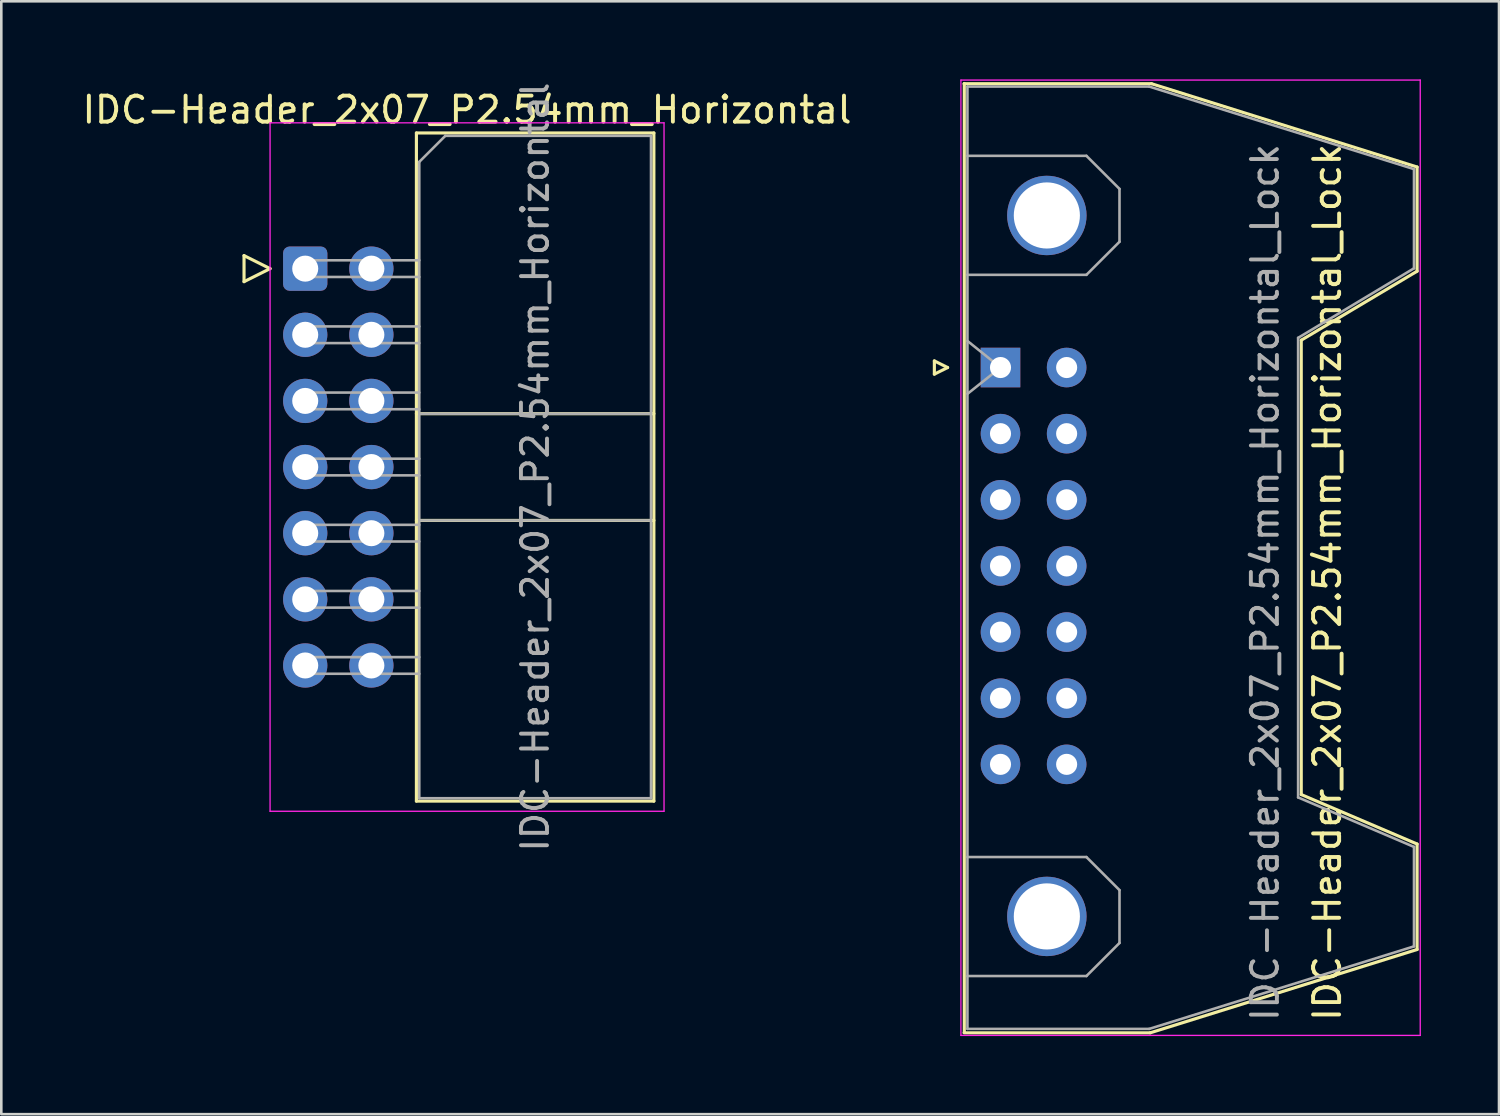
<source format=kicad_pcb>
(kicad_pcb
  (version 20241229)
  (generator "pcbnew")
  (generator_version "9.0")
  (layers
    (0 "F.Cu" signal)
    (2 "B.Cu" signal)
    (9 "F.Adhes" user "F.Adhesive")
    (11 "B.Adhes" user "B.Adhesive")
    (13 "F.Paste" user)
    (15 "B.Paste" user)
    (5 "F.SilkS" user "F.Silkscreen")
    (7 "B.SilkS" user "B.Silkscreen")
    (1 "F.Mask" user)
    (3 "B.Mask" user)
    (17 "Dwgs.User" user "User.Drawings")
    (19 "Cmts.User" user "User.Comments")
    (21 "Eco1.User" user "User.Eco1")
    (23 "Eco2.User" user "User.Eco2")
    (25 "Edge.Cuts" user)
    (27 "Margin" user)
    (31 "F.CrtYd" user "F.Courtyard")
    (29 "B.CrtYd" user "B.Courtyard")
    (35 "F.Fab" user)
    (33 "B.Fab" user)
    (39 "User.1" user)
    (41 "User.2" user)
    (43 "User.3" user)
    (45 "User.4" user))
  (footprint "IDC-Header_2x07_P2.54mm_Horizontal"
    (layer "F.Cu")
    (at 8.672 7.267)
    (property "Reference" "IDC-Header_2x07_P2.54mm_Horizontal" (at 6.215 -6.1 0) (layer "F.SilkS") (effects (font (size 1 1) (thickness 0.15))))
    (attr through_hole)
    (fp_line (start -2.35 -0.5) (end -2.35 0.5) (stroke (width 0.12) (type solid)) (layer "F.SilkS"))
    (fp_line (start -2.35 0.5) (end -1.35 0) (stroke (width 0.12) (type solid)) (layer "F.SilkS"))
    (fp_line (start -1.35 0) (end -2.35 -0.5) (stroke (width 0.12) (type solid)) (layer "F.SilkS"))
    (fp_line (start 4.27 -5.21) (end 13.39 -5.21) (stroke (width 0.12) (type solid)) (layer "F.SilkS"))
    (fp_line (start 4.27 5.57) (end 13.39 5.57) (stroke (width 0.12) (type solid)) (layer "F.SilkS"))
    (fp_line (start 4.27 9.67) (end 13.39 9.67) (stroke (width 0.12) (type solid)) (layer "F.SilkS"))
    (fp_line (start 4.27 20.45) (end 4.27 -5.21) (stroke (width 0.12) (type solid)) (layer "F.SilkS"))
    (fp_line (start 13.39 -5.21) (end 13.39 20.45) (stroke (width 0.12) (type solid)) (layer "F.SilkS"))
    (fp_line (start 13.39 20.45) (end 4.27 20.45) (stroke (width 0.12) (type solid)) (layer "F.SilkS"))
    (fp_line (start -1.35 -5.6) (end -1.35 20.84) (stroke (width 0.05) (type solid)) (layer "F.CrtYd"))
    (fp_line (start -1.35 20.84) (end 13.78 20.84) (stroke (width 0.05) (type solid)) (layer "F.CrtYd"))
    (fp_line (start 13.78 -5.6) (end -1.35 -5.6) (stroke (width 0.05) (type solid)) (layer "F.CrtYd"))
    (fp_line (start 13.78 20.84) (end 13.78 -5.6) (stroke (width 0.05) (type solid)) (layer "F.CrtYd"))
    (fp_line (start -0.32 -0.32) (end -0.32 0.32) (stroke (width 0.1) (type solid)) (layer "F.Fab"))
    (fp_line (start -0.32 0.32) (end 4.38 0.32) (stroke (width 0.1) (type solid)) (layer "F.Fab"))
    (fp_line (start -0.32 2.22) (end -0.32 2.86) (stroke (width 0.1) (type solid)) (layer "F.Fab"))
    (fp_line (start -0.32 2.86) (end 4.38 2.86) (stroke (width 0.1) (type solid)) (layer "F.Fab"))
    (fp_line (start -0.32 4.76) (end -0.32 5.4) (stroke (width 0.1) (type solid)) (layer "F.Fab"))
    (fp_line (start -0.32 5.4) (end 4.38 5.4) (stroke (width 0.1) (type solid)) (layer "F.Fab"))
    (fp_line (start -0.32 7.3) (end -0.32 7.94) (stroke (width 0.1) (type solid)) (layer "F.Fab"))
    (fp_line (start -0.32 7.94) (end 4.38 7.94) (stroke (width 0.1) (type solid)) (layer "F.Fab"))
    (fp_line (start -0.32 9.84) (end -0.32 10.48) (stroke (width 0.1) (type solid)) (layer "F.Fab"))
    (fp_line (start -0.32 10.48) (end 4.38 10.48) (stroke (width 0.1) (type solid)) (layer "F.Fab"))
    (fp_line (start -0.32 12.38) (end -0.32 13.02) (stroke (width 0.1) (type solid)) (layer "F.Fab"))
    (fp_line (start -0.32 13.02) (end 4.38 13.02) (stroke (width 0.1) (type solid)) (layer "F.Fab"))
    (fp_line (start -0.32 14.92) (end -0.32 15.56) (stroke (width 0.1) (type solid)) (layer "F.Fab"))
    (fp_line (start -0.32 15.56) (end 4.38 15.56) (stroke (width 0.1) (type solid)) (layer "F.Fab"))
    (fp_line (start 4.38 -4.1) (end 5.38 -5.1) (stroke (width 0.1) (type solid)) (layer "F.Fab"))
    (fp_line (start 4.38 -0.32) (end -0.32 -0.32) (stroke (width 0.1) (type solid)) (layer "F.Fab"))
    (fp_line (start 4.38 2.22) (end -0.32 2.22) (stroke (width 0.1) (type solid)) (layer "F.Fab"))
    (fp_line (start 4.38 4.76) (end -0.32 4.76) (stroke (width 0.1) (type solid)) (layer "F.Fab"))
    (fp_line (start 4.38 5.57) (end 13.28 5.57) (stroke (width 0.1) (type solid)) (layer "F.Fab"))
    (fp_line (start 4.38 7.3) (end -0.32 7.3) (stroke (width 0.1) (type solid)) (layer "F.Fab"))
    (fp_line (start 4.38 9.67) (end 13.28 9.67) (stroke (width 0.1) (type solid)) (layer "F.Fab"))
    (fp_line (start 4.38 9.84) (end -0.32 9.84) (stroke (width 0.1) (type solid)) (layer "F.Fab"))
    (fp_line (start 4.38 12.38) (end -0.32 12.38) (stroke (width 0.1) (type solid)) (layer "F.Fab"))
    (fp_line (start 4.38 14.92) (end -0.32 14.92) (stroke (width 0.1) (type solid)) (layer "F.Fab"))
    (fp_line (start 4.38 20.34) (end 4.38 -4.1) (stroke (width 0.1) (type solid)) (layer "F.Fab"))
    (fp_line (start 5.38 -5.1) (end 13.28 -5.1) (stroke (width 0.1) (type solid)) (layer "F.Fab"))
    (fp_line (start 13.28 -5.1) (end 13.28 20.34) (stroke (width 0.1) (type solid)) (layer "F.Fab"))
    (fp_line (start 13.28 20.34) (end 4.38 20.34) (stroke (width 0.1) (type solid)) (layer "F.Fab"))
    (fp_text user "${REFERENCE}" (at 8.83 7.62 90) (layer "F.Fab") (effects (font (size 1 1) (thickness 0.15))))
    (pad "1" thru_hole roundrect (at 0 0) (size 1.7 1.7) (drill 1) (layers "*.Cu" "*.Mask") (roundrect_rratio 0.147))
    (pad "2" thru_hole circle (at 2.54 0) (size 1.7 1.7) (drill 1) (layers "*.Cu" "*.Mask"))
    (pad "3" thru_hole circle (at 0 2.54) (size 1.7 1.7) (drill 1) (layers "*.Cu" "*.Mask"))
    (pad "4" thru_hole circle (at 2.54 2.54) (size 1.7 1.7) (drill 1) (layers "*.Cu" "*.Mask"))
    (pad "5" thru_hole circle (at 0 5.08) (size 1.7 1.7) (drill 1) (layers "*.Cu" "*.Mask"))
    (pad "6" thru_hole circle (at 2.54 5.08) (size 1.7 1.7) (drill 1) (layers "*.Cu" "*.Mask"))
    (pad "7" thru_hole circle (at 0 7.62) (size 1.7 1.7) (drill 1) (layers "*.Cu" "*.Mask"))
    (pad "8" thru_hole circle (at 2.54 7.62) (size 1.7 1.7) (drill 1) (layers "*.Cu" "*.Mask"))
    (pad "9" thru_hole circle (at 0 10.16) (size 1.7 1.7) (drill 1) (layers "*.Cu" "*.Mask"))
    (pad "10" thru_hole circle (at 2.54 10.16) (size 1.7 1.7) (drill 1) (layers "*.Cu" "*.Mask"))
    (pad "11" thru_hole circle (at 0 12.7) (size 1.7 1.7) (drill 1) (layers "*.Cu" "*.Mask"))
    (pad "12" thru_hole circle (at 2.54 12.7) (size 1.7 1.7) (drill 1) (layers "*.Cu" "*.Mask"))
    (pad "13" thru_hole circle (at 0 15.24) (size 1.7 1.7) (drill 1) (layers "*.Cu" "*.Mask"))
    (pad "14" thru_hole circle (at 2.54 15.24) (size 1.7 1.7) (drill 1) (layers "*.Cu" "*.Mask")))
  (footprint "IDC-Header_2x07_P2.54mm_Horizontal_Lock"
    (layer "F.Cu")
    (at 35.374 11.065)
    (property "Reference" "IDC-Header_2x07_P2.54mm_Horizontal_Lock" (at 12.55 8.25 90) (layer "F.SilkS") (effects (font (size 1 1) (thickness 0.15))))
    (attr through_hole)
    (fp_line (start -2.54 -0.254) (end -2.54 0.254) (stroke (width 0.12) (type solid)) (layer "F.SilkS"))
    (fp_line (start -2.54 0.254) (end -2.032 0) (stroke (width 0.12) (type solid)) (layer "F.SilkS"))
    (fp_line (start -2.032 0) (end -2.54 -0.254) (stroke (width 0.12) (type solid)) (layer "F.SilkS"))
    (fp_line (start -1.4 25.55) (end 5.75 25.55) (stroke (width 0.12) (type solid)) (layer "F.SilkS"))
    (fp_line (start -1.39 25.52) (end -1.39 -10.91) (stroke (width 0.12) (type solid)) (layer "F.SilkS"))
    (fp_line (start 5.75 25.55) (end 16 22.35) (stroke (width 0.12) (type solid)) (layer "F.SilkS"))
    (fp_line (start 5.8 -10.9) (end -1.4 -10.9) (stroke (width 0.12) (type solid)) (layer "F.SilkS"))
    (fp_line (start 11.55 -1.05) (end 16 -3.7) (stroke (width 0.12) (type solid)) (layer "F.SilkS"))
    (fp_line (start 11.55 16.4) (end 11.55 -1.05) (stroke (width 0.12) (type solid)) (layer "F.SilkS"))
    (fp_line (start 16 -7.7) (end 5.8 -10.9) (stroke (width 0.12) (type solid)) (layer "F.SilkS"))
    (fp_line (start 16 -3.7) (end 16 -7.7) (stroke (width 0.12) (type solid)) (layer "F.SilkS"))
    (fp_line (start 16 18.3) (end 11.55 16.4) (stroke (width 0.12) (type solid)) (layer "F.SilkS"))
    (fp_line (start 16 22.35) (end 16 18.3) (stroke (width 0.12) (type solid)) (layer "F.SilkS"))
    (fp_line (start -1.52 25.65) (end -1.52 -11.04) (stroke (width 0.05) (type solid)) (layer "F.CrtYd"))
    (fp_line (start -1.52 25.65) (end 16.12 25.65) (stroke (width 0.05) (type solid)) (layer "F.CrtYd"))
    (fp_line (start 16.12 -11.04) (end -1.52 -11.04) (stroke (width 0.05) (type solid)) (layer "F.CrtYd"))
    (fp_line (start 16.12 -11.04) (end 16.12 25.65) (stroke (width 0.05) (type solid)) (layer "F.CrtYd"))
    (fp_line (start -1.27 -10.79) (end 5.71 -10.79) (stroke (width 0.1) (type solid)) (layer "F.Fab"))
    (fp_line (start -1.27 -8.13) (end 3.3 -8.13) (stroke (width 0.1) (type solid)) (layer "F.Fab"))
    (fp_line (start -1.27 18.8) (end 3.3 18.8) (stroke (width 0.1) (type solid)) (layer "F.Fab"))
    (fp_line (start -1.27 25.4) (end -1.27 -10.79) (stroke (width 0.1) (type solid)) (layer "F.Fab"))
    (fp_line (start -1.27 25.4) (end 5.71 25.4) (stroke (width 0.1) (type solid)) (layer "F.Fab"))
    (fp_line (start -1.268 -1.02) (end 0 0) (stroke (width 0.1) (type solid)) (layer "F.Fab"))
    (fp_line (start 0 0) (end -1.268 1.01) (stroke (width 0.1) (type solid)) (layer "F.Fab"))
    (fp_line (start 3.3 -8.13) (end 4.57 -6.86) (stroke (width 0.1) (type solid)) (layer "F.Fab"))
    (fp_line (start 3.3 -3.56) (end -1.27 -3.56) (stroke (width 0.1) (type solid)) (layer "F.Fab"))
    (fp_line (start 3.3 18.8) (end 4.57 20.07) (stroke (width 0.1) (type solid)) (layer "F.Fab"))
    (fp_line (start 3.3 23.37) (end -1.27 23.37) (stroke (width 0.1) (type solid)) (layer "F.Fab"))
    (fp_line (start 4.57 -6.86) (end 4.57 -4.83) (stroke (width 0.1) (type solid)) (layer "F.Fab"))
    (fp_line (start 4.57 -4.83) (end 3.3 -3.56) (stroke (width 0.1) (type solid)) (layer "F.Fab"))
    (fp_line (start 4.57 20.07) (end 4.57 22.1) (stroke (width 0.1) (type solid)) (layer "F.Fab"))
    (fp_line (start 4.57 22.1) (end 3.3 23.37) (stroke (width 0.1) (type solid)) (layer "F.Fab"))
    (fp_line (start 5.71 -10.79) (end 15.88 -7.62) (stroke (width 0.1) (type solid)) (layer "F.Fab"))
    (fp_line (start 5.71 25.4) (end 15.88 22.23) (stroke (width 0.1) (type solid)) (layer "F.Fab"))
    (fp_line (start 11.43 16.51) (end 11.43 -1.14) (stroke (width 0.1) (type solid)) (layer "F.Fab"))
    (fp_line (start 15.88 -7.62) (end 15.88 -3.81) (stroke (width 0.1) (type solid)) (layer "F.Fab"))
    (fp_line (start 15.88 -3.81) (end 11.43 -1.14) (stroke (width 0.1) (type solid)) (layer "F.Fab"))
    (fp_line (start 15.88 18.41) (end 11.43 16.51) (stroke (width 0.1) (type solid)) (layer "F.Fab"))
    (fp_line (start 15.88 22.23) (end 15.88 18.41) (stroke (width 0.1) (type solid)) (layer "F.Fab"))
    (fp_text user "${REFERENCE}" (at 10.16 8.255 90) (layer "F.Fab") (effects (font (size 1 1) (thickness 0.15))))
    (pad "" thru_hole circle (at 1.78 -5.84 90) (size 3.05 3.05) (drill 2.54) (layers "*.Cu" "*.Mask"))
    (pad "" thru_hole circle (at 1.78 21.08 90) (size 3.05 3.05) (drill 2.54) (layers "*.Cu" "*.Mask"))
    (pad "1" thru_hole rect (at 0 0 90) (size 1.52 1.52) (drill 0.81) (layers "*.Cu" "*.Mask"))
    (pad "2" thru_hole circle (at 2.54 0 90) (size 1.52 1.52) (drill 0.81) (layers "*.Cu" "*.Mask"))
    (pad "3" thru_hole circle (at 0 2.54 90) (size 1.52 1.52) (drill 0.81) (layers "*.Cu" "*.Mask"))
    (pad "4" thru_hole circle (at 2.54 2.54 90) (size 1.52 1.52) (drill 0.81) (layers "*.Cu" "*.Mask"))
    (pad "5" thru_hole circle (at 0 5.08 90) (size 1.52 1.52) (drill 0.81) (layers "*.Cu" "*.Mask"))
    (pad "6" thru_hole circle (at 2.54 5.08 90) (size 1.52 1.52) (drill 0.81) (layers "*.Cu" "*.Mask"))
    (pad "7" thru_hole circle (at 0 7.62 90) (size 1.52 1.52) (drill 0.81) (layers "*.Cu" "*.Mask"))
    (pad "8" thru_hole circle (at 2.54 7.62 90) (size 1.52 1.52) (drill 0.81) (layers "*.Cu" "*.Mask"))
    (pad "9" thru_hole circle (at 0 10.16 90) (size 1.52 1.52) (drill 0.81) (layers "*.Cu" "*.Mask"))
    (pad "10" thru_hole circle (at 2.54 10.16 90) (size 1.52 1.52) (drill 0.81) (layers "*.Cu" "*.Mask"))
    (pad "11" thru_hole circle (at 0 12.7 90) (size 1.52 1.52) (drill 0.81) (layers "*.Cu" "*.Mask"))
    (pad "12" thru_hole circle (at 2.54 12.7 90) (size 1.52 1.52) (drill 0.81) (layers "*.Cu" "*.Mask"))
    (pad "13" thru_hole circle (at 0 15.24 90) (size 1.52 1.52) (drill 0.81) (layers "*.Cu" "*.Mask"))
    (pad "14" thru_hole circle (at 2.54 15.24 90) (size 1.52 1.52) (drill 0.81) (layers "*.Cu" "*.Mask")))
  (gr_rect
    (start -3 -3)
    (end 54.519 39.74)
    (stroke (width 0.1) (type default))
    (fill no)
    (layer "Edge.Cuts")))
</source>
